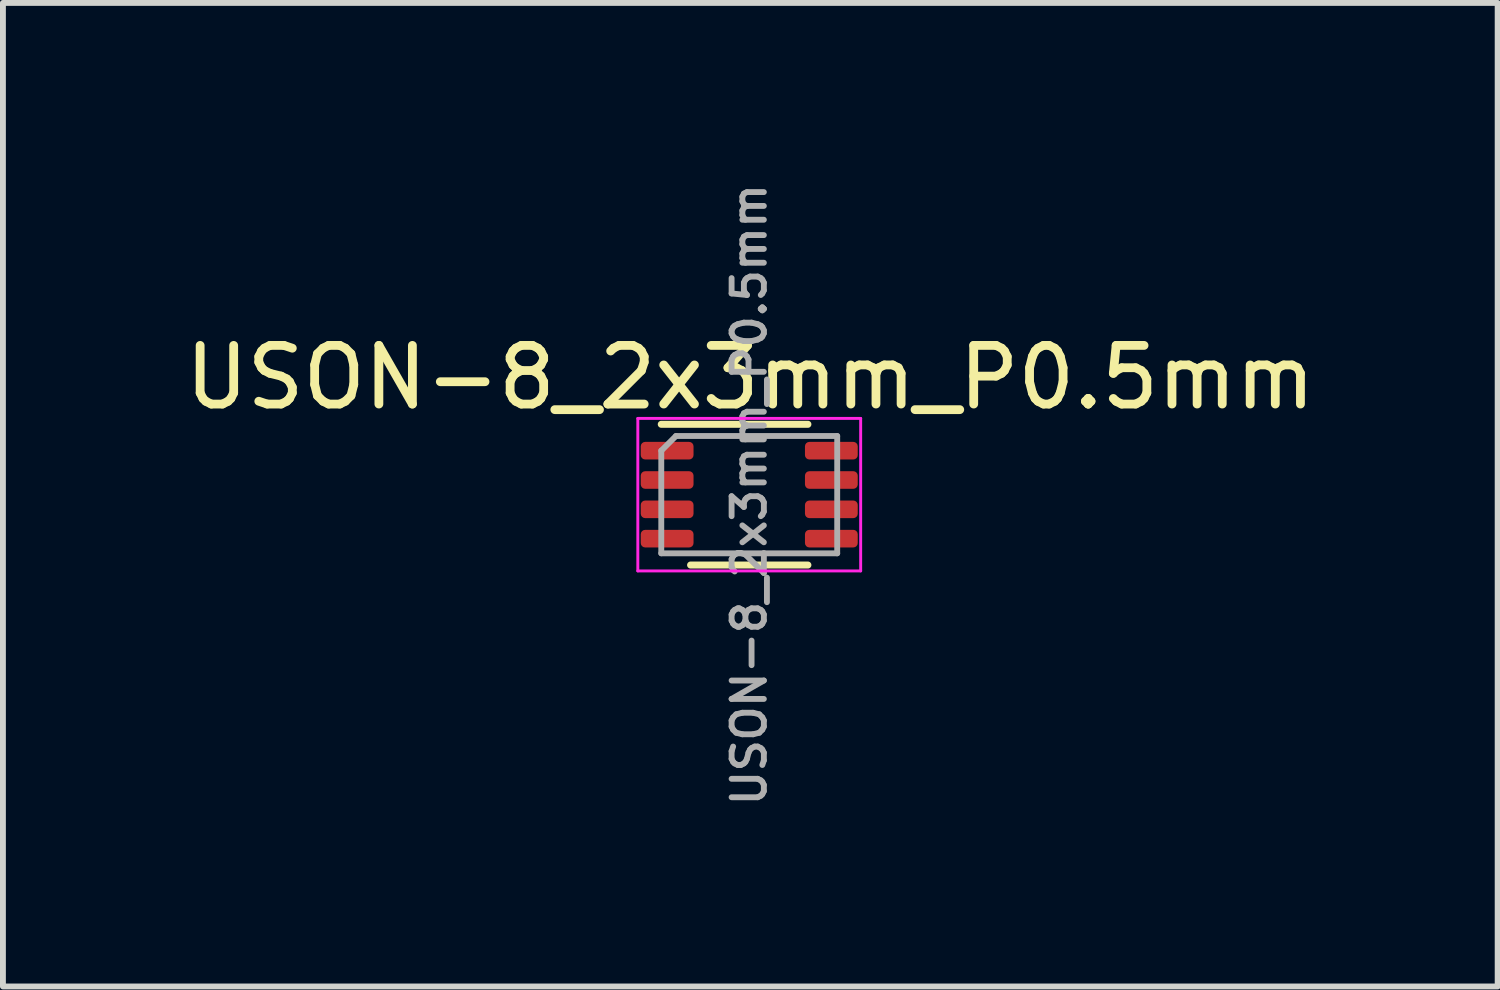
<source format=kicad_pcb>
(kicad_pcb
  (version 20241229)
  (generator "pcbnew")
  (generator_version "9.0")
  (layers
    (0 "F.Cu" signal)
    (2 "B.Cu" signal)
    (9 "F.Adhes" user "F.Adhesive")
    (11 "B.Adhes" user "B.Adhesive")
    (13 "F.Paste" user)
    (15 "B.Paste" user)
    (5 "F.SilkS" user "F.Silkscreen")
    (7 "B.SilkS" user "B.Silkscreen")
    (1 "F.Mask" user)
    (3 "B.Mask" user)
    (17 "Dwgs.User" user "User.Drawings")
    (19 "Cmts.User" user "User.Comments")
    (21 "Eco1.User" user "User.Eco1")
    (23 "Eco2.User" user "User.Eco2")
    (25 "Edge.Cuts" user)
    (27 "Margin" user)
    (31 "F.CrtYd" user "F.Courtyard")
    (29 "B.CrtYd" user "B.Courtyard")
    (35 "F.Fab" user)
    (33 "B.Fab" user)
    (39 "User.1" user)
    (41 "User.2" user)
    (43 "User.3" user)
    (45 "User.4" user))
  (footprint "USON-8_2x3mm_P0.5mm"
    (layer "F.Cu")
    (at 9.726 5.385)
    (property "Reference" "USON-8_2x3mm_P0.5mm" (at 0.018 -2 0) (layer "F.SilkS") (effects (font (size 1 1) (thickness 0.15))))
    (attr smd)
    (fp_line (start 1 -1.2) (end -1.5 -1.2) (stroke (width 0.12) (type solid)) (layer "F.SilkS"))
    (fp_line (start 1 1.2) (end -1 1.2) (stroke (width 0.12) (type solid)) (layer "F.SilkS"))
    (fp_line (start -1.9 -1.3) (end 1.9 -1.3) (stroke (width 0.05) (type solid)) (layer "F.CrtYd"))
    (fp_line (start -1.9 1.3) (end -1.9 -1.3) (stroke (width 0.05) (type solid)) (layer "F.CrtYd"))
    (fp_line (start 1.9 -1.3) (end 1.9 1.3) (stroke (width 0.05) (type solid)) (layer "F.CrtYd"))
    (fp_line (start 1.9 1.3) (end -1.9 1.3) (stroke (width 0.05) (type solid)) (layer "F.CrtYd"))
    (fp_line (start -1.5 -0.75) (end -1.5 1) (stroke (width 0.1) (type solid)) (layer "F.Fab"))
    (fp_line (start -1.5 1) (end 1.5 1) (stroke (width 0.1) (type solid)) (layer "F.Fab"))
    (fp_line (start -1.25 -1) (end -1.5 -0.75) (stroke (width 0.1) (type solid)) (layer "F.Fab"))
    (fp_line (start 1.5 -1) (end -1.25 -1) (stroke (width 0.1) (type solid)) (layer "F.Fab"))
    (fp_line (start 1.5 -1) (end 1.5 1) (stroke (width 0.1) (type solid)) (layer "F.Fab"))
    (fp_text user "${REFERENCE}" (at 0 0 90) (layer "F.Fab") (effects (font (size 0.55 0.55) (thickness 0.1))))
    (pad "1" smd roundrect (at -1.4 -0.75 90) (size 0.3 0.9) (layers "F.Cu" "F.Mask" "F.Paste") (roundrect_rratio 0.25))
    (pad "2" smd roundrect (at -1.4 -0.25 90) (size 0.3 0.9) (layers "F.Cu" "F.Mask" "F.Paste") (roundrect_rratio 0.25))
    (pad "3" smd roundrect (at -1.4 0.25 90) (size 0.3 0.9) (layers "F.Cu" "F.Mask" "F.Paste") (roundrect_rratio 0.25))
    (pad "4" smd roundrect (at -1.4 0.75 90) (size 0.3 0.9) (layers "F.Cu" "F.Mask" "F.Paste") (roundrect_rratio 0.25))
    (pad "5" smd roundrect (at 1.4 0.75 90) (size 0.3 0.9) (layers "F.Cu" "F.Mask" "F.Paste") (roundrect_rratio 0.25))
    (pad "6" smd roundrect (at 1.4 0.25 90) (size 0.3 0.9) (layers "F.Cu" "F.Mask" "F.Paste") (roundrect_rratio 0.25))
    (pad "7" smd roundrect (at 1.4 -0.25 90) (size 0.3 0.9) (layers "F.Cu" "F.Mask" "F.Paste") (roundrect_rratio 0.25))
    (pad "8" smd roundrect (at 1.4 -0.75 90) (size 0.3 0.9) (layers "F.Cu" "F.Mask" "F.Paste") (roundrect_rratio 0.25)))
  (gr_rect
    (start -3 -3)
    (end 22.488 13.771)
    (stroke (width 0.1) (type default))
    (fill no)
    (layer "Edge.Cuts")))
</source>
